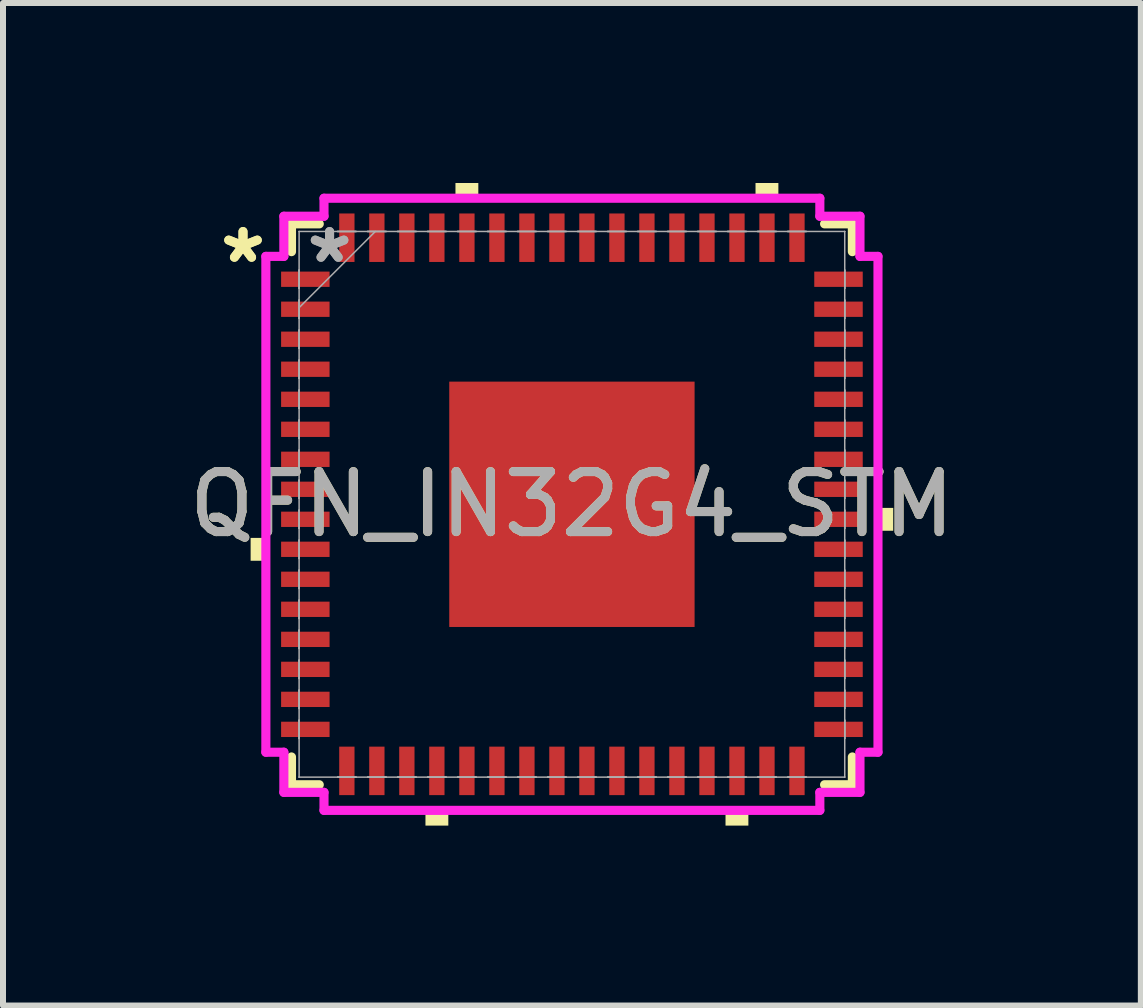
<source format=kicad_pcb>
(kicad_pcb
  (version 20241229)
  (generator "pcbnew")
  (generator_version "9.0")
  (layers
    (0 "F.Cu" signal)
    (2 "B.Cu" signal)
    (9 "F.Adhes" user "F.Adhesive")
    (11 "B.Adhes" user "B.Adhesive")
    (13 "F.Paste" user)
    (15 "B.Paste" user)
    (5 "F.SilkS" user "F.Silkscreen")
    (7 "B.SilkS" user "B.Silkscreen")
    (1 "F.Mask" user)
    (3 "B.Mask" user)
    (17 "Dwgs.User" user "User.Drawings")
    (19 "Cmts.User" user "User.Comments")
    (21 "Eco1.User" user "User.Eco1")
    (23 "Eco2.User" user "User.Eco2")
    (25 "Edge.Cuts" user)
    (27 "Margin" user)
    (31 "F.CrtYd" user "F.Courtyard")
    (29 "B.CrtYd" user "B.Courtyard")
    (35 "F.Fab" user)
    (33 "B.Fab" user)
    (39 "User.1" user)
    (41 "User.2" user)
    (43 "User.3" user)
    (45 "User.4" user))
  (footprint "QFN_IN32G4_STM"
    (layer "F.Cu")
    (at 6.482 5.355)
    (property "Reference" "QFN_IN32G4_STM" (at 0 0 0) (unlocked yes) (layer "F.SilkS") (effects (font (size 1 1) (thickness 0.15))))
    (attr smd)
    (fp_line (start -4.674 -4.674) (end -4.674 -4.211) (stroke (width 0.152) (type solid)) (layer "F.SilkS"))
    (fp_line (start -4.674 4.211) (end -4.674 4.674) (stroke (width 0.152) (type solid)) (layer "F.SilkS"))
    (fp_line (start -4.674 4.674) (end -4.211 4.674) (stroke (width 0.152) (type solid)) (layer "F.SilkS"))
    (fp_line (start -4.211 -4.674) (end -4.674 -4.674) (stroke (width 0.152) (type solid)) (layer "F.SilkS"))
    (fp_line (start 4.211 4.674) (end 4.674 4.674) (stroke (width 0.152) (type solid)) (layer "F.SilkS"))
    (fp_line (start 4.674 -4.674) (end 4.211 -4.674) (stroke (width 0.152) (type solid)) (layer "F.SilkS"))
    (fp_line (start 4.674 -4.211) (end 4.674 -4.674) (stroke (width 0.152) (type solid)) (layer "F.SilkS"))
    (fp_line (start 4.674 4.674) (end 4.674 4.211) (stroke (width 0.152) (type solid)) (layer "F.SilkS"))
    (fp_poly (pts (xy -5.355 0.56) (xy -5.355 0.941) (xy -5.101 0.941) (xy -5.101 0.56)) (stroke (width 0) (type solid)) (fill yes) (layer "F.SilkS"))
    (fp_poly (pts (xy -2.441 5.101) (xy -2.441 5.355) (xy -2.06 5.355) (xy -2.06 5.101)) (stroke (width 0) (type solid)) (fill yes) (layer "F.SilkS"))
    (fp_poly (pts (xy -1.941 -5.101) (xy -1.941 -5.355) (xy -1.56 -5.355) (xy -1.56 -5.101)) (stroke (width 0) (type solid)) (fill yes) (layer "F.SilkS"))
    (fp_poly (pts (xy 2.56 5.101) (xy 2.56 5.355) (xy 2.941 5.355) (xy 2.941 5.101)) (stroke (width 0) (type solid)) (fill yes) (layer "F.SilkS"))
    (fp_poly (pts (xy 3.06 -5.101) (xy 3.06 -5.355) (xy 3.441 -5.355) (xy 3.441 -5.101)) (stroke (width 0) (type solid)) (fill yes) (layer "F.SilkS"))
    (fp_poly (pts (xy 5.355 0.06) (xy 5.355 0.441) (xy 5.101 0.441) (xy 5.101 0.06)) (stroke (width 0) (type solid)) (fill yes) (layer "F.SilkS"))
    (fp_poly (pts (xy -1.945 -1.945) (xy -1.945 -0.782) (xy -0.782 -0.782) (xy -0.782 -1.945)) (stroke (width 0) (type solid)) (fill yes) (layer "F.Paste"))
    (fp_poly (pts (xy -1.945 -0.582) (xy -1.945 0.582) (xy -0.782 0.582) (xy -0.782 -0.582)) (stroke (width 0) (type solid)) (fill yes) (layer "F.Paste"))
    (fp_poly (pts (xy -1.945 0.782) (xy -1.945 1.945) (xy -0.782 1.945) (xy -0.782 0.782)) (stroke (width 0) (type solid)) (fill yes) (layer "F.Paste"))
    (fp_poly (pts (xy -0.582 -1.945) (xy -0.582 -0.782) (xy 0.582 -0.782) (xy 0.582 -1.945)) (stroke (width 0) (type solid)) (fill yes) (layer "F.Paste"))
    (fp_poly (pts (xy -0.582 -0.582) (xy -0.582 0.582) (xy 0.582 0.582) (xy 0.582 -0.582)) (stroke (width 0) (type solid)) (fill yes) (layer "F.Paste"))
    (fp_poly (pts (xy -0.582 0.782) (xy -0.582 1.945) (xy 0.582 1.945) (xy 0.582 0.782)) (stroke (width 0) (type solid)) (fill yes) (layer "F.Paste"))
    (fp_poly (pts (xy 0.782 -1.945) (xy 0.782 -0.782) (xy 1.945 -0.782) (xy 1.945 -1.945)) (stroke (width 0) (type solid)) (fill yes) (layer "F.Paste"))
    (fp_poly (pts (xy 0.782 -0.582) (xy 0.782 0.582) (xy 1.945 0.582) (xy 1.945 -0.582)) (stroke (width 0) (type solid)) (fill yes) (layer "F.Paste"))
    (fp_poly (pts (xy 0.782 0.782) (xy 0.782 1.945) (xy 1.945 1.945) (xy 1.945 0.782)) (stroke (width 0) (type solid)) (fill yes) (layer "F.Paste"))
    (fp_line (start -5.101 -4.132) (end -4.801 -4.132) (stroke (width 0.152) (type solid)) (layer "F.CrtYd"))
    (fp_line (start -5.101 4.132) (end -5.101 -4.132) (stroke (width 0.152) (type solid)) (layer "F.CrtYd"))
    (fp_line (start -4.801 -4.801) (end -4.132 -4.801) (stroke (width 0.152) (type solid)) (layer "F.CrtYd"))
    (fp_line (start -4.801 -4.132) (end -4.801 -4.801) (stroke (width 0.152) (type solid)) (layer "F.CrtYd"))
    (fp_line (start -4.801 4.132) (end -5.101 4.132) (stroke (width 0.152) (type solid)) (layer "F.CrtYd"))
    (fp_line (start -4.801 4.801) (end -4.801 4.132) (stroke (width 0.152) (type solid)) (layer "F.CrtYd"))
    (fp_line (start -4.132 -5.101) (end 4.132 -5.101) (stroke (width 0.152) (type solid)) (layer "F.CrtYd"))
    (fp_line (start -4.132 -4.801) (end -4.132 -5.101) (stroke (width 0.152) (type solid)) (layer "F.CrtYd"))
    (fp_line (start -4.132 4.801) (end -4.801 4.801) (stroke (width 0.152) (type solid)) (layer "F.CrtYd"))
    (fp_line (start -4.132 5.101) (end -4.132 4.801) (stroke (width 0.152) (type solid)) (layer "F.CrtYd"))
    (fp_line (start 4.132 -5.101) (end 4.132 -4.801) (stroke (width 0.152) (type solid)) (layer "F.CrtYd"))
    (fp_line (start 4.132 -4.801) (end 4.801 -4.801) (stroke (width 0.152) (type solid)) (layer "F.CrtYd"))
    (fp_line (start 4.132 4.801) (end 4.132 5.101) (stroke (width 0.152) (type solid)) (layer "F.CrtYd"))
    (fp_line (start 4.132 5.101) (end -4.132 5.101) (stroke (width 0.152) (type solid)) (layer "F.CrtYd"))
    (fp_line (start 4.801 -4.801) (end 4.801 -4.132) (stroke (width 0.152) (type solid)) (layer "F.CrtYd"))
    (fp_line (start 4.801 -4.132) (end 5.101 -4.132) (stroke (width 0.152) (type solid)) (layer "F.CrtYd"))
    (fp_line (start 4.801 4.132) (end 4.801 4.801) (stroke (width 0.152) (type solid)) (layer "F.CrtYd"))
    (fp_line (start 4.801 4.801) (end 4.132 4.801) (stroke (width 0.152) (type solid)) (layer "F.CrtYd"))
    (fp_line (start 5.101 -4.132) (end 5.101 4.132) (stroke (width 0.152) (type solid)) (layer "F.CrtYd"))
    (fp_line (start 5.101 4.132) (end 4.801 4.132) (stroke (width 0.152) (type solid)) (layer "F.CrtYd"))
    (fp_line (start -4.547 -4.547) (end -4.547 -4.547) (stroke (width 0.025) (type solid)) (layer "F.Fab"))
    (fp_line (start -4.547 -4.547) (end -4.547 4.547) (stroke (width 0.025) (type solid)) (layer "F.Fab"))
    (fp_line (start -4.547 -3.903) (end -4.547 -3.903) (stroke (width 0.025) (type solid)) (layer "F.Fab"))
    (fp_line (start -4.547 -3.903) (end -4.547 -3.599) (stroke (width 0.025) (type solid)) (layer "F.Fab"))
    (fp_line (start -4.547 -3.599) (end -4.547 -3.903) (stroke (width 0.025) (type solid)) (layer "F.Fab"))
    (fp_line (start -4.547 -3.599) (end -4.547 -3.599) (stroke (width 0.025) (type solid)) (layer "F.Fab"))
    (fp_line (start -4.547 -3.403) (end -4.547 -3.403) (stroke (width 0.025) (type solid)) (layer "F.Fab"))
    (fp_line (start -4.547 -3.403) (end -4.547 -3.098) (stroke (width 0.025) (type solid)) (layer "F.Fab"))
    (fp_line (start -4.547 -3.277) (end -3.277 -4.547) (stroke (width 0.025) (type solid)) (layer "F.Fab"))
    (fp_line (start -4.547 -3.098) (end -4.547 -3.403) (stroke (width 0.025) (type solid)) (layer "F.Fab"))
    (fp_line (start -4.547 -3.098) (end -4.547 -3.098) (stroke (width 0.025) (type solid)) (layer "F.Fab"))
    (fp_line (start -4.547 -2.903) (end -4.547 -2.903) (stroke (width 0.025) (type solid)) (layer "F.Fab"))
    (fp_line (start -4.547 -2.903) (end -4.547 -2.598) (stroke (width 0.025) (type solid)) (layer "F.Fab"))
    (fp_line (start -4.547 -2.598) (end -4.547 -2.903) (stroke (width 0.025) (type solid)) (layer "F.Fab"))
    (fp_line (start -4.547 -2.598) (end -4.547 -2.598) (stroke (width 0.025) (type solid)) (layer "F.Fab"))
    (fp_line (start -4.547 -2.403) (end -4.547 -2.403) (stroke (width 0.025) (type solid)) (layer "F.Fab"))
    (fp_line (start -4.547 -2.403) (end -4.547 -2.098) (stroke (width 0.025) (type solid)) (layer "F.Fab"))
    (fp_line (start -4.547 -2.098) (end -4.547 -2.403) (stroke (width 0.025) (type solid)) (layer "F.Fab"))
    (fp_line (start -4.547 -2.098) (end -4.547 -2.098) (stroke (width 0.025) (type solid)) (layer "F.Fab"))
    (fp_line (start -4.547 -1.903) (end -4.547 -1.903) (stroke (width 0.025) (type solid)) (layer "F.Fab"))
    (fp_line (start -4.547 -1.903) (end -4.547 -1.598) (stroke (width 0.025) (type solid)) (layer "F.Fab"))
    (fp_line (start -4.547 -1.598) (end -4.547 -1.903) (stroke (width 0.025) (type solid)) (layer "F.Fab"))
    (fp_line (start -4.547 -1.598) (end -4.547 -1.598) (stroke (width 0.025) (type solid)) (layer "F.Fab"))
    (fp_line (start -4.547 -1.403) (end -4.547 -1.403) (stroke (width 0.025) (type solid)) (layer "F.Fab"))
    (fp_line (start -4.547 -1.403) (end -4.547 -1.098) (stroke (width 0.025) (type solid)) (layer "F.Fab"))
    (fp_line (start -4.547 -1.098) (end -4.547 -1.403) (stroke (width 0.025) (type solid)) (layer "F.Fab"))
    (fp_line (start -4.547 -1.098) (end -4.547 -1.098) (stroke (width 0.025) (type solid)) (layer "F.Fab"))
    (fp_line (start -4.547 -0.903) (end -4.547 -0.903) (stroke (width 0.025) (type solid)) (layer "F.Fab"))
    (fp_line (start -4.547 -0.903) (end -4.547 -0.598) (stroke (width 0.025) (type solid)) (layer "F.Fab"))
    (fp_line (start -4.547 -0.598) (end -4.547 -0.903) (stroke (width 0.025) (type solid)) (layer "F.Fab"))
    (fp_line (start -4.547 -0.598) (end -4.547 -0.598) (stroke (width 0.025) (type solid)) (layer "F.Fab"))
    (fp_line (start -4.547 -0.402) (end -4.547 -0.402) (stroke (width 0.025) (type solid)) (layer "F.Fab"))
    (fp_line (start -4.547 -0.402) (end -4.547 -0.098) (stroke (width 0.025) (type solid)) (layer "F.Fab"))
    (fp_line (start -4.547 -0.098) (end -4.547 -0.402) (stroke (width 0.025) (type solid)) (layer "F.Fab"))
    (fp_line (start -4.547 -0.098) (end -4.547 -0.098) (stroke (width 0.025) (type solid)) (layer "F.Fab"))
    (fp_line (start -4.547 0.098) (end -4.547 0.098) (stroke (width 0.025) (type solid)) (layer "F.Fab"))
    (fp_line (start -4.547 0.098) (end -4.547 0.402) (stroke (width 0.025) (type solid)) (layer "F.Fab"))
    (fp_line (start -4.547 0.402) (end -4.547 0.098) (stroke (width 0.025) (type solid)) (layer "F.Fab"))
    (fp_line (start -4.547 0.402) (end -4.547 0.402) (stroke (width 0.025) (type solid)) (layer "F.Fab"))
    (fp_line (start -4.547 0.598) (end -4.547 0.598) (stroke (width 0.025) (type solid)) (layer "F.Fab"))
    (fp_line (start -4.547 0.598) (end -4.547 0.903) (stroke (width 0.025) (type solid)) (layer "F.Fab"))
    (fp_line (start -4.547 0.903) (end -4.547 0.598) (stroke (width 0.025) (type solid)) (layer "F.Fab"))
    (fp_line (start -4.547 0.903) (end -4.547 0.903) (stroke (width 0.025) (type solid)) (layer "F.Fab"))
    (fp_line (start -4.547 1.098) (end -4.547 1.098) (stroke (width 0.025) (type solid)) (layer "F.Fab"))
    (fp_line (start -4.547 1.098) (end -4.547 1.403) (stroke (width 0.025) (type solid)) (layer "F.Fab"))
    (fp_line (start -4.547 1.403) (end -4.547 1.098) (stroke (width 0.025) (type solid)) (layer "F.Fab"))
    (fp_line (start -4.547 1.403) (end -4.547 1.403) (stroke (width 0.025) (type solid)) (layer "F.Fab"))
    (fp_line (start -4.547 1.598) (end -4.547 1.598) (stroke (width 0.025) (type solid)) (layer "F.Fab"))
    (fp_line (start -4.547 1.598) (end -4.547 1.903) (stroke (width 0.025) (type solid)) (layer "F.Fab"))
    (fp_line (start -4.547 1.903) (end -4.547 1.598) (stroke (width 0.025) (type solid)) (layer "F.Fab"))
    (fp_line (start -4.547 1.903) (end -4.547 1.903) (stroke (width 0.025) (type solid)) (layer "F.Fab"))
    (fp_line (start -4.547 2.098) (end -4.547 2.098) (stroke (width 0.025) (type solid)) (layer "F.Fab"))
    (fp_line (start -4.547 2.098) (end -4.547 2.403) (stroke (width 0.025) (type solid)) (layer "F.Fab"))
    (fp_line (start -4.547 2.403) (end -4.547 2.098) (stroke (width 0.025) (type solid)) (layer "F.Fab"))
    (fp_line (start -4.547 2.403) (end -4.547 2.403) (stroke (width 0.025) (type solid)) (layer "F.Fab"))
    (fp_line (start -4.547 2.598) (end -4.547 2.598) (stroke (width 0.025) (type solid)) (layer "F.Fab"))
    (fp_line (start -4.547 2.598) (end -4.547 2.903) (stroke (width 0.025) (type solid)) (layer "F.Fab"))
    (fp_line (start -4.547 2.903) (end -4.547 2.598) (stroke (width 0.025) (type solid)) (layer "F.Fab"))
    (fp_line (start -4.547 2.903) (end -4.547 2.903) (stroke (width 0.025) (type solid)) (layer "F.Fab"))
    (fp_line (start -4.547 3.098) (end -4.547 3.098) (stroke (width 0.025) (type solid)) (layer "F.Fab"))
    (fp_line (start -4.547 3.098) (end -4.547 3.403) (stroke (width 0.025) (type solid)) (layer "F.Fab"))
    (fp_line (start -4.547 3.403) (end -4.547 3.098) (stroke (width 0.025) (type solid)) (layer "F.Fab"))
    (fp_line (start -4.547 3.403) (end -4.547 3.403) (stroke (width 0.025) (type solid)) (layer "F.Fab"))
    (fp_line (start -4.547 3.599) (end -4.547 3.599) (stroke (width 0.025) (type solid)) (layer "F.Fab"))
    (fp_line (start -4.547 3.599) (end -4.547 3.903) (stroke (width 0.025) (type solid)) (layer "F.Fab"))
    (fp_line (start -4.547 3.903) (end -4.547 3.599) (stroke (width 0.025) (type solid)) (layer "F.Fab"))
    (fp_line (start -4.547 3.903) (end -4.547 3.903) (stroke (width 0.025) (type solid)) (layer "F.Fab"))
    (fp_line (start -4.547 4.547) (end -4.547 4.547) (stroke (width 0.025) (type solid)) (layer "F.Fab"))
    (fp_line (start -4.547 4.547) (end 4.547 4.547) (stroke (width 0.025) (type solid)) (layer "F.Fab"))
    (fp_line (start -3.903 -4.547) (end -3.903 -4.547) (stroke (width 0.025) (type solid)) (layer "F.Fab"))
    (fp_line (start -3.903 -4.547) (end -3.599 -4.547) (stroke (width 0.025) (type solid)) (layer "F.Fab"))
    (fp_line (start -3.903 4.547) (end -3.903 4.547) (stroke (width 0.025) (type solid)) (layer "F.Fab"))
    (fp_line (start -3.903 4.547) (end -3.599 4.547) (stroke (width 0.025) (type solid)) (layer "F.Fab"))
    (fp_line (start -3.599 -4.547) (end -3.903 -4.547) (stroke (width 0.025) (type solid)) (layer "F.Fab"))
    (fp_line (start -3.599 -4.547) (end -3.599 -4.547) (stroke (width 0.025) (type solid)) (layer "F.Fab"))
    (fp_line (start -3.599 4.547) (end -3.903 4.547) (stroke (width 0.025) (type solid)) (layer "F.Fab"))
    (fp_line (start -3.599 4.547) (end -3.599 4.547) (stroke (width 0.025) (type solid)) (layer "F.Fab"))
    (fp_line (start -3.403 -4.547) (end -3.403 -4.547) (stroke (width 0.025) (type solid)) (layer "F.Fab"))
    (fp_line (start -3.403 -4.547) (end -3.098 -4.547) (stroke (width 0.025) (type solid)) (layer "F.Fab"))
    (fp_line (start -3.403 4.547) (end -3.403 4.547) (stroke (width 0.025) (type solid)) (layer "F.Fab"))
    (fp_line (start -3.403 4.547) (end -3.098 4.547) (stroke (width 0.025) (type solid)) (layer "F.Fab"))
    (fp_line (start -3.098 -4.547) (end -3.403 -4.547) (stroke (width 0.025) (type solid)) (layer "F.Fab"))
    (fp_line (start -3.098 -4.547) (end -3.098 -4.547) (stroke (width 0.025) (type solid)) (layer "F.Fab"))
    (fp_line (start -3.098 4.547) (end -3.403 4.547) (stroke (width 0.025) (type solid)) (layer "F.Fab"))
    (fp_line (start -3.098 4.547) (end -3.098 4.547) (stroke (width 0.025) (type solid)) (layer "F.Fab"))
    (fp_line (start -2.903 -4.547) (end -2.903 -4.547) (stroke (width 0.025) (type solid)) (layer "F.Fab"))
    (fp_line (start -2.903 -4.547) (end -2.598 -4.547) (stroke (width 0.025) (type solid)) (layer "F.Fab"))
    (fp_line (start -2.903 4.547) (end -2.903 4.547) (stroke (width 0.025) (type solid)) (layer "F.Fab"))
    (fp_line (start -2.903 4.547) (end -2.598 4.547) (stroke (width 0.025) (type solid)) (layer "F.Fab"))
    (fp_line (start -2.598 -4.547) (end -2.903 -4.547) (stroke (width 0.025) (type solid)) (layer "F.Fab"))
    (fp_line (start -2.598 -4.547) (end -2.598 -4.547) (stroke (width 0.025) (type solid)) (layer "F.Fab"))
    (fp_line (start -2.598 4.547) (end -2.903 4.547) (stroke (width 0.025) (type solid)) (layer "F.Fab"))
    (fp_line (start -2.598 4.547) (end -2.598 4.547) (stroke (width 0.025) (type solid)) (layer "F.Fab"))
    (fp_line (start -2.403 -4.547) (end -2.403 -4.547) (stroke (width 0.025) (type solid)) (layer "F.Fab"))
    (fp_line (start -2.403 -4.547) (end -2.098 -4.547) (stroke (width 0.025) (type solid)) (layer "F.Fab"))
    (fp_line (start -2.403 4.547) (end -2.403 4.547) (stroke (width 0.025) (type solid)) (layer "F.Fab"))
    (fp_line (start -2.403 4.547) (end -2.098 4.547) (stroke (width 0.025) (type solid)) (layer "F.Fab"))
    (fp_line (start -2.098 -4.547) (end -2.403 -4.547) (stroke (width 0.025) (type solid)) (layer "F.Fab"))
    (fp_line (start -2.098 -4.547) (end -2.098 -4.547) (stroke (width 0.025) (type solid)) (layer "F.Fab"))
    (fp_line (start -2.098 4.547) (end -2.403 4.547) (stroke (width 0.025) (type solid)) (layer "F.Fab"))
    (fp_line (start -2.098 4.547) (end -2.098 4.547) (stroke (width 0.025) (type solid)) (layer "F.Fab"))
    (fp_line (start -1.903 -4.547) (end -1.903 -4.547) (stroke (width 0.025) (type solid)) (layer "F.Fab"))
    (fp_line (start -1.903 -4.547) (end -1.598 -4.547) (stroke (width 0.025) (type solid)) (layer "F.Fab"))
    (fp_line (start -1.903 4.547) (end -1.903 4.547) (stroke (width 0.025) (type solid)) (layer "F.Fab"))
    (fp_line (start -1.903 4.547) (end -1.598 4.547) (stroke (width 0.025) (type solid)) (layer "F.Fab"))
    (fp_line (start -1.598 -4.547) (end -1.903 -4.547) (stroke (width 0.025) (type solid)) (layer "F.Fab"))
    (fp_line (start -1.598 -4.547) (end -1.598 -4.547) (stroke (width 0.025) (type solid)) (layer "F.Fab"))
    (fp_line (start -1.598 4.547) (end -1.903 4.547) (stroke (width 0.025) (type solid)) (layer "F.Fab"))
    (fp_line (start -1.598 4.547) (end -1.598 4.547) (stroke (width 0.025) (type solid)) (layer "F.Fab"))
    (fp_line (start -1.403 -4.547) (end -1.403 -4.547) (stroke (width 0.025) (type solid)) (layer "F.Fab"))
    (fp_line (start -1.403 -4.547) (end -1.098 -4.547) (stroke (width 0.025) (type solid)) (layer "F.Fab"))
    (fp_line (start -1.403 4.547) (end -1.403 4.547) (stroke (width 0.025) (type solid)) (layer "F.Fab"))
    (fp_line (start -1.403 4.547) (end -1.098 4.547) (stroke (width 0.025) (type solid)) (layer "F.Fab"))
    (fp_line (start -1.098 -4.547) (end -1.403 -4.547) (stroke (width 0.025) (type solid)) (layer "F.Fab"))
    (fp_line (start -1.098 -4.547) (end -1.098 -4.547) (stroke (width 0.025) (type solid)) (layer "F.Fab"))
    (fp_line (start -1.098 4.547) (end -1.403 4.547) (stroke (width 0.025) (type solid)) (layer "F.Fab"))
    (fp_line (start -1.098 4.547) (end -1.098 4.547) (stroke (width 0.025) (type solid)) (layer "F.Fab"))
    (fp_line (start -0.903 -4.547) (end -0.903 -4.547) (stroke (width 0.025) (type solid)) (layer "F.Fab"))
    (fp_line (start -0.903 -4.547) (end -0.598 -4.547) (stroke (width 0.025) (type solid)) (layer "F.Fab"))
    (fp_line (start -0.903 4.547) (end -0.903 4.547) (stroke (width 0.025) (type solid)) (layer "F.Fab"))
    (fp_line (start -0.903 4.547) (end -0.598 4.547) (stroke (width 0.025) (type solid)) (layer "F.Fab"))
    (fp_line (start -0.598 -4.547) (end -0.903 -4.547) (stroke (width 0.025) (type solid)) (layer "F.Fab"))
    (fp_line (start -0.598 -4.547) (end -0.598 -4.547) (stroke (width 0.025) (type solid)) (layer "F.Fab"))
    (fp_line (start -0.598 4.547) (end -0.903 4.547) (stroke (width 0.025) (type solid)) (layer "F.Fab"))
    (fp_line (start -0.598 4.547) (end -0.598 4.547) (stroke (width 0.025) (type solid)) (layer "F.Fab"))
    (fp_line (start -0.402 -4.547) (end -0.402 -4.547) (stroke (width 0.025) (type solid)) (layer "F.Fab"))
    (fp_line (start -0.402 -4.547) (end -0.098 -4.547) (stroke (width 0.025) (type solid)) (layer "F.Fab"))
    (fp_line (start -0.402 4.547) (end -0.402 4.547) (stroke (width 0.025) (type solid)) (layer "F.Fab"))
    (fp_line (start -0.402 4.547) (end -0.098 4.547) (stroke (width 0.025) (type solid)) (layer "F.Fab"))
    (fp_line (start -0.098 -4.547) (end -0.402 -4.547) (stroke (width 0.025) (type solid)) (layer "F.Fab"))
    (fp_line (start -0.098 -4.547) (end -0.098 -4.547) (stroke (width 0.025) (type solid)) (layer "F.Fab"))
    (fp_line (start -0.098 4.547) (end -0.402 4.547) (stroke (width 0.025) (type solid)) (layer "F.Fab"))
    (fp_line (start -0.098 4.547) (end -0.098 4.547) (stroke (width 0.025) (type solid)) (layer "F.Fab"))
    (fp_line (start 0.098 -4.547) (end 0.098 -4.547) (stroke (width 0.025) (type solid)) (layer "F.Fab"))
    (fp_line (start 0.098 -4.547) (end 0.402 -4.547) (stroke (width 0.025) (type solid)) (layer "F.Fab"))
    (fp_line (start 0.098 4.547) (end 0.098 4.547) (stroke (width 0.025) (type solid)) (layer "F.Fab"))
    (fp_line (start 0.098 4.547) (end 0.402 4.547) (stroke (width 0.025) (type solid)) (layer "F.Fab"))
    (fp_line (start 0.402 -4.547) (end 0.098 -4.547) (stroke (width 0.025) (type solid)) (layer "F.Fab"))
    (fp_line (start 0.402 -4.547) (end 0.402 -4.547) (stroke (width 0.025) (type solid)) (layer "F.Fab"))
    (fp_line (start 0.402 4.547) (end 0.098 4.547) (stroke (width 0.025) (type solid)) (layer "F.Fab"))
    (fp_line (start 0.402 4.547) (end 0.402 4.547) (stroke (width 0.025) (type solid)) (layer "F.Fab"))
    (fp_line (start 0.598 -4.547) (end 0.598 -4.547) (stroke (width 0.025) (type solid)) (layer "F.Fab"))
    (fp_line (start 0.598 -4.547) (end 0.903 -4.547) (stroke (width 0.025) (type solid)) (layer "F.Fab"))
    (fp_line (start 0.598 4.547) (end 0.598 4.547) (stroke (width 0.025) (type solid)) (layer "F.Fab"))
    (fp_line (start 0.598 4.547) (end 0.903 4.547) (stroke (width 0.025) (type solid)) (layer "F.Fab"))
    (fp_line (start 0.903 -4.547) (end 0.598 -4.547) (stroke (width 0.025) (type solid)) (layer "F.Fab"))
    (fp_line (start 0.903 -4.547) (end 0.903 -4.547) (stroke (width 0.025) (type solid)) (layer "F.Fab"))
    (fp_line (start 0.903 4.547) (end 0.598 4.547) (stroke (width 0.025) (type solid)) (layer "F.Fab"))
    (fp_line (start 0.903 4.547) (end 0.903 4.547) (stroke (width 0.025) (type solid)) (layer "F.Fab"))
    (fp_line (start 1.098 -4.547) (end 1.098 -4.547) (stroke (width 0.025) (type solid)) (layer "F.Fab"))
    (fp_line (start 1.098 -4.547) (end 1.403 -4.547) (stroke (width 0.025) (type solid)) (layer "F.Fab"))
    (fp_line (start 1.098 4.547) (end 1.098 4.547) (stroke (width 0.025) (type solid)) (layer "F.Fab"))
    (fp_line (start 1.098 4.547) (end 1.403 4.547) (stroke (width 0.025) (type solid)) (layer "F.Fab"))
    (fp_line (start 1.403 -4.547) (end 1.098 -4.547) (stroke (width 0.025) (type solid)) (layer "F.Fab"))
    (fp_line (start 1.403 -4.547) (end 1.403 -4.547) (stroke (width 0.025) (type solid)) (layer "F.Fab"))
    (fp_line (start 1.403 4.547) (end 1.098 4.547) (stroke (width 0.025) (type solid)) (layer "F.Fab"))
    (fp_line (start 1.403 4.547) (end 1.403 4.547) (stroke (width 0.025) (type solid)) (layer "F.Fab"))
    (fp_line (start 1.598 -4.547) (end 1.598 -4.547) (stroke (width 0.025) (type solid)) (layer "F.Fab"))
    (fp_line (start 1.598 -4.547) (end 1.903 -4.547) (stroke (width 0.025) (type solid)) (layer "F.Fab"))
    (fp_line (start 1.598 4.547) (end 1.598 4.547) (stroke (width 0.025) (type solid)) (layer "F.Fab"))
    (fp_line (start 1.598 4.547) (end 1.903 4.547) (stroke (width 0.025) (type solid)) (layer "F.Fab"))
    (fp_line (start 1.903 -4.547) (end 1.598 -4.547) (stroke (width 0.025) (type solid)) (layer "F.Fab"))
    (fp_line (start 1.903 -4.547) (end 1.903 -4.547) (stroke (width 0.025) (type solid)) (layer "F.Fab"))
    (fp_line (start 1.903 4.547) (end 1.598 4.547) (stroke (width 0.025) (type solid)) (layer "F.Fab"))
    (fp_line (start 1.903 4.547) (end 1.903 4.547) (stroke (width 0.025) (type solid)) (layer "F.Fab"))
    (fp_line (start 2.098 -4.547) (end 2.098 -4.547) (stroke (width 0.025) (type solid)) (layer "F.Fab"))
    (fp_line (start 2.098 -4.547) (end 2.403 -4.547) (stroke (width 0.025) (type solid)) (layer "F.Fab"))
    (fp_line (start 2.098 4.547) (end 2.098 4.547) (stroke (width 0.025) (type solid)) (layer "F.Fab"))
    (fp_line (start 2.098 4.547) (end 2.403 4.547) (stroke (width 0.025) (type solid)) (layer "F.Fab"))
    (fp_line (start 2.403 -4.547) (end 2.098 -4.547) (stroke (width 0.025) (type solid)) (layer "F.Fab"))
    (fp_line (start 2.403 -4.547) (end 2.403 -4.547) (stroke (width 0.025) (type solid)) (layer "F.Fab"))
    (fp_line (start 2.403 4.547) (end 2.098 4.547) (stroke (width 0.025) (type solid)) (layer "F.Fab"))
    (fp_line (start 2.403 4.547) (end 2.403 4.547) (stroke (width 0.025) (type solid)) (layer "F.Fab"))
    (fp_line (start 2.598 -4.547) (end 2.598 -4.547) (stroke (width 0.025) (type solid)) (layer "F.Fab"))
    (fp_line (start 2.598 -4.547) (end 2.903 -4.547) (stroke (width 0.025) (type solid)) (layer "F.Fab"))
    (fp_line (start 2.598 4.547) (end 2.598 4.547) (stroke (width 0.025) (type solid)) (layer "F.Fab"))
    (fp_line (start 2.598 4.547) (end 2.903 4.547) (stroke (width 0.025) (type solid)) (layer "F.Fab"))
    (fp_line (start 2.903 -4.547) (end 2.598 -4.547) (stroke (width 0.025) (type solid)) (layer "F.Fab"))
    (fp_line (start 2.903 -4.547) (end 2.903 -4.547) (stroke (width 0.025) (type solid)) (layer "F.Fab"))
    (fp_line (start 2.903 4.547) (end 2.598 4.547) (stroke (width 0.025) (type solid)) (layer "F.Fab"))
    (fp_line (start 2.903 4.547) (end 2.903 4.547) (stroke (width 0.025) (type solid)) (layer "F.Fab"))
    (fp_line (start 3.098 -4.547) (end 3.098 -4.547) (stroke (width 0.025) (type solid)) (layer "F.Fab"))
    (fp_line (start 3.098 -4.547) (end 3.403 -4.547) (stroke (width 0.025) (type solid)) (layer "F.Fab"))
    (fp_line (start 3.098 4.547) (end 3.098 4.547) (stroke (width 0.025) (type solid)) (layer "F.Fab"))
    (fp_line (start 3.098 4.547) (end 3.403 4.547) (stroke (width 0.025) (type solid)) (layer "F.Fab"))
    (fp_line (start 3.403 -4.547) (end 3.098 -4.547) (stroke (width 0.025) (type solid)) (layer "F.Fab"))
    (fp_line (start 3.403 -4.547) (end 3.403 -4.547) (stroke (width 0.025) (type solid)) (layer "F.Fab"))
    (fp_line (start 3.403 4.547) (end 3.098 4.547) (stroke (width 0.025) (type solid)) (layer "F.Fab"))
    (fp_line (start 3.403 4.547) (end 3.403 4.547) (stroke (width 0.025) (type solid)) (layer "F.Fab"))
    (fp_line (start 3.599 -4.547) (end 3.599 -4.547) (stroke (width 0.025) (type solid)) (layer "F.Fab"))
    (fp_line (start 3.599 -4.547) (end 3.903 -4.547) (stroke (width 0.025) (type solid)) (layer "F.Fab"))
    (fp_line (start 3.599 4.547) (end 3.599 4.547) (stroke (width 0.025) (type solid)) (layer "F.Fab"))
    (fp_line (start 3.599 4.547) (end 3.903 4.547) (stroke (width 0.025) (type solid)) (layer "F.Fab"))
    (fp_line (start 3.903 -4.547) (end 3.599 -4.547) (stroke (width 0.025) (type solid)) (layer "F.Fab"))
    (fp_line (start 3.903 -4.547) (end 3.903 -4.547) (stroke (width 0.025) (type solid)) (layer "F.Fab"))
    (fp_line (start 3.903 4.547) (end 3.599 4.547) (stroke (width 0.025) (type solid)) (layer "F.Fab"))
    (fp_line (start 3.903 4.547) (end 3.903 4.547) (stroke (width 0.025) (type solid)) (layer "F.Fab"))
    (fp_line (start 4.547 -4.547) (end -4.547 -4.547) (stroke (width 0.025) (type solid)) (layer "F.Fab"))
    (fp_line (start 4.547 -4.547) (end 4.547 -4.547) (stroke (width 0.025) (type solid)) (layer "F.Fab"))
    (fp_line (start 4.547 -3.903) (end 4.547 -3.903) (stroke (width 0.025) (type solid)) (layer "F.Fab"))
    (fp_line (start 4.547 -3.903) (end 4.547 -3.599) (stroke (width 0.025) (type solid)) (layer "F.Fab"))
    (fp_line (start 4.547 -3.599) (end 4.547 -3.903) (stroke (width 0.025) (type solid)) (layer "F.Fab"))
    (fp_line (start 4.547 -3.599) (end 4.547 -3.599) (stroke (width 0.025) (type solid)) (layer "F.Fab"))
    (fp_line (start 4.547 -3.403) (end 4.547 -3.403) (stroke (width 0.025) (type solid)) (layer "F.Fab"))
    (fp_line (start 4.547 -3.403) (end 4.547 -3.098) (stroke (width 0.025) (type solid)) (layer "F.Fab"))
    (fp_line (start 4.547 -3.098) (end 4.547 -3.403) (stroke (width 0.025) (type solid)) (layer "F.Fab"))
    (fp_line (start 4.547 -3.098) (end 4.547 -3.098) (stroke (width 0.025) (type solid)) (layer "F.Fab"))
    (fp_line (start 4.547 -2.903) (end 4.547 -2.903) (stroke (width 0.025) (type solid)) (layer "F.Fab"))
    (fp_line (start 4.547 -2.903) (end 4.547 -2.598) (stroke (width 0.025) (type solid)) (layer "F.Fab"))
    (fp_line (start 4.547 -2.598) (end 4.547 -2.903) (stroke (width 0.025) (type solid)) (layer "F.Fab"))
    (fp_line (start 4.547 -2.598) (end 4.547 -2.598) (stroke (width 0.025) (type solid)) (layer "F.Fab"))
    (fp_line (start 4.547 -2.403) (end 4.547 -2.403) (stroke (width 0.025) (type solid)) (layer "F.Fab"))
    (fp_line (start 4.547 -2.403) (end 4.547 -2.098) (stroke (width 0.025) (type solid)) (layer "F.Fab"))
    (fp_line (start 4.547 -2.098) (end 4.547 -2.403) (stroke (width 0.025) (type solid)) (layer "F.Fab"))
    (fp_line (start 4.547 -2.098) (end 4.547 -2.098) (stroke (width 0.025) (type solid)) (layer "F.Fab"))
    (fp_line (start 4.547 -1.903) (end 4.547 -1.903) (stroke (width 0.025) (type solid)) (layer "F.Fab"))
    (fp_line (start 4.547 -1.903) (end 4.547 -1.598) (stroke (width 0.025) (type solid)) (layer "F.Fab"))
    (fp_line (start 4.547 -1.598) (end 4.547 -1.903) (stroke (width 0.025) (type solid)) (layer "F.Fab"))
    (fp_line (start 4.547 -1.598) (end 4.547 -1.598) (stroke (width 0.025) (type solid)) (layer "F.Fab"))
    (fp_line (start 4.547 -1.403) (end 4.547 -1.403) (stroke (width 0.025) (type solid)) (layer "F.Fab"))
    (fp_line (start 4.547 -1.403) (end 4.547 -1.098) (stroke (width 0.025) (type solid)) (layer "F.Fab"))
    (fp_line (start 4.547 -1.098) (end 4.547 -1.403) (stroke (width 0.025) (type solid)) (layer "F.Fab"))
    (fp_line (start 4.547 -1.098) (end 4.547 -1.098) (stroke (width 0.025) (type solid)) (layer "F.Fab"))
    (fp_line (start 4.547 -0.903) (end 4.547 -0.903) (stroke (width 0.025) (type solid)) (layer "F.Fab"))
    (fp_line (start 4.547 -0.903) (end 4.547 -0.598) (stroke (width 0.025) (type solid)) (layer "F.Fab"))
    (fp_line (start 4.547 -0.598) (end 4.547 -0.903) (stroke (width 0.025) (type solid)) (layer "F.Fab"))
    (fp_line (start 4.547 -0.598) (end 4.547 -0.598) (stroke (width 0.025) (type solid)) (layer "F.Fab"))
    (fp_line (start 4.547 -0.402) (end 4.547 -0.402) (stroke (width 0.025) (type solid)) (layer "F.Fab"))
    (fp_line (start 4.547 -0.402) (end 4.547 -0.098) (stroke (width 0.025) (type solid)) (layer "F.Fab"))
    (fp_line (start 4.547 -0.098) (end 4.547 -0.402) (stroke (width 0.025) (type solid)) (layer "F.Fab"))
    (fp_line (start 4.547 -0.098) (end 4.547 -0.098) (stroke (width 0.025) (type solid)) (layer "F.Fab"))
    (fp_line (start 4.547 0.098) (end 4.547 0.098) (stroke (width 0.025) (type solid)) (layer "F.Fab"))
    (fp_line (start 4.547 0.098) (end 4.547 0.402) (stroke (width 0.025) (type solid)) (layer "F.Fab"))
    (fp_line (start 4.547 0.402) (end 4.547 0.098) (stroke (width 0.025) (type solid)) (layer "F.Fab"))
    (fp_line (start 4.547 0.402) (end 4.547 0.402) (stroke (width 0.025) (type solid)) (layer "F.Fab"))
    (fp_line (start 4.547 0.598) (end 4.547 0.598) (stroke (width 0.025) (type solid)) (layer "F.Fab"))
    (fp_line (start 4.547 0.598) (end 4.547 0.903) (stroke (width 0.025) (type solid)) (layer "F.Fab"))
    (fp_line (start 4.547 0.903) (end 4.547 0.598) (stroke (width 0.025) (type solid)) (layer "F.Fab"))
    (fp_line (start 4.547 0.903) (end 4.547 0.903) (stroke (width 0.025) (type solid)) (layer "F.Fab"))
    (fp_line (start 4.547 1.098) (end 4.547 1.098) (stroke (width 0.025) (type solid)) (layer "F.Fab"))
    (fp_line (start 4.547 1.098) (end 4.547 1.403) (stroke (width 0.025) (type solid)) (layer "F.Fab"))
    (fp_line (start 4.547 1.403) (end 4.547 1.098) (stroke (width 0.025) (type solid)) (layer "F.Fab"))
    (fp_line (start 4.547 1.403) (end 4.547 1.403) (stroke (width 0.025) (type solid)) (layer "F.Fab"))
    (fp_line (start 4.547 1.598) (end 4.547 1.598) (stroke (width 0.025) (type solid)) (layer "F.Fab"))
    (fp_line (start 4.547 1.598) (end 4.547 1.903) (stroke (width 0.025) (type solid)) (layer "F.Fab"))
    (fp_line (start 4.547 1.903) (end 4.547 1.598) (stroke (width 0.025) (type solid)) (layer "F.Fab"))
    (fp_line (start 4.547 1.903) (end 4.547 1.903) (stroke (width 0.025) (type solid)) (layer "F.Fab"))
    (fp_line (start 4.547 2.098) (end 4.547 2.098) (stroke (width 0.025) (type solid)) (layer "F.Fab"))
    (fp_line (start 4.547 2.098) (end 4.547 2.403) (stroke (width 0.025) (type solid)) (layer "F.Fab"))
    (fp_line (start 4.547 2.403) (end 4.547 2.098) (stroke (width 0.025) (type solid)) (layer "F.Fab"))
    (fp_line (start 4.547 2.403) (end 4.547 2.403) (stroke (width 0.025) (type solid)) (layer "F.Fab"))
    (fp_line (start 4.547 2.598) (end 4.547 2.598) (stroke (width 0.025) (type solid)) (layer "F.Fab"))
    (fp_line (start 4.547 2.598) (end 4.547 2.903) (stroke (width 0.025) (type solid)) (layer "F.Fab"))
    (fp_line (start 4.547 2.903) (end 4.547 2.598) (stroke (width 0.025) (type solid)) (layer "F.Fab"))
    (fp_line (start 4.547 2.903) (end 4.547 2.903) (stroke (width 0.025) (type solid)) (layer "F.Fab"))
    (fp_line (start 4.547 3.098) (end 4.547 3.098) (stroke (width 0.025) (type solid)) (layer "F.Fab"))
    (fp_line (start 4.547 3.098) (end 4.547 3.403) (stroke (width 0.025) (type solid)) (layer "F.Fab"))
    (fp_line (start 4.547 3.403) (end 4.547 3.098) (stroke (width 0.025) (type solid)) (layer "F.Fab"))
    (fp_line (start 4.547 3.403) (end 4.547 3.403) (stroke (width 0.025) (type solid)) (layer "F.Fab"))
    (fp_line (start 4.547 3.599) (end 4.547 3.599) (stroke (width 0.025) (type solid)) (layer "F.Fab"))
    (fp_line (start 4.547 3.599) (end 4.547 3.903) (stroke (width 0.025) (type solid)) (layer "F.Fab"))
    (fp_line (start 4.547 3.903) (end 4.547 3.599) (stroke (width 0.025) (type solid)) (layer "F.Fab"))
    (fp_line (start 4.547 3.903) (end 4.547 3.903) (stroke (width 0.025) (type solid)) (layer "F.Fab"))
    (fp_line (start 4.547 4.547) (end 4.547 -4.547) (stroke (width 0.025) (type solid)) (layer "F.Fab"))
    (fp_line (start 4.547 4.547) (end 4.547 4.547) (stroke (width 0.025) (type solid)) (layer "F.Fab"))
    (fp_text user "*" (at -5.482 -4.001 0) (unlocked yes) (layer "F.SilkS") (effects (font (size 1 1) (thickness 0.15))))
    (fp_text user "*" (at -5.482 -4.001 0) (layer "F.SilkS") (effects (font (size 1 1) (thickness 0.15))))
    (fp_text user "${REFERENCE}" (at 0 0 0) (unlocked yes) (layer "F.Fab") (effects (font (size 1 1) (thickness 0.15))))
    (fp_text user "*" (at -4.039 -4.001 0) (unlocked yes) (layer "F.Fab") (effects (font (size 1 1) (thickness 0.15))))
    (fp_text user "*" (at -4.039 -4.001 0) (layer "F.Fab") (effects (font (size 1 1) (thickness 0.15))))
    (pad "1" smd rect (at -4.443 -3.751 90) (size 0.255 0.808) (layers "F.Cu" "F.Mask" "F.Paste"))
    (pad "2" smd rect (at -4.443 -3.251 90) (size 0.255 0.808) (layers "F.Cu" "F.Mask" "F.Paste"))
    (pad "3" smd rect (at -4.443 -2.751 90) (size 0.255 0.808) (layers "F.Cu" "F.Mask" "F.Paste"))
    (pad "4" smd rect (at -4.443 -2.251 90) (size 0.255 0.808) (layers "F.Cu" "F.Mask" "F.Paste"))
    (pad "5" smd rect (at -4.443 -1.75 90) (size 0.255 0.808) (layers "F.Cu" "F.Mask" "F.Paste"))
    (pad "6" smd rect (at -4.443 -1.25 90) (size 0.255 0.808) (layers "F.Cu" "F.Mask" "F.Paste"))
    (pad "7" smd rect (at -4.443 -0.75 90) (size 0.255 0.808) (layers "F.Cu" "F.Mask" "F.Paste"))
    (pad "8" smd rect (at -4.443 -0.25 90) (size 0.255 0.808) (layers "F.Cu" "F.Mask" "F.Paste"))
    (pad "9" smd rect (at -4.443 0.25 90) (size 0.255 0.808) (layers "F.Cu" "F.Mask" "F.Paste"))
    (pad "10" smd rect (at -4.443 0.75 90) (size 0.255 0.808) (layers "F.Cu" "F.Mask" "F.Paste"))
    (pad "11" smd rect (at -4.443 1.25 90) (size 0.255 0.808) (layers "F.Cu" "F.Mask" "F.Paste"))
    (pad "12" smd rect (at -4.443 1.75 90) (size 0.255 0.808) (layers "F.Cu" "F.Mask" "F.Paste"))
    (pad "13" smd rect (at -4.443 2.251 90) (size 0.255 0.808) (layers "F.Cu" "F.Mask" "F.Paste"))
    (pad "14" smd rect (at -4.443 2.751 90) (size 0.255 0.808) (layers "F.Cu" "F.Mask" "F.Paste"))
    (pad "15" smd rect (at -4.443 3.251 90) (size 0.255 0.808) (layers "F.Cu" "F.Mask" "F.Paste"))
    (pad "16" smd rect (at -4.443 3.751 90) (size 0.255 0.808) (layers "F.Cu" "F.Mask" "F.Paste"))
    (pad "17" smd rect (at -3.751 4.443) (size 0.255 0.808) (layers "F.Cu" "F.Mask" "F.Paste"))
    (pad "18" smd rect (at -3.251 4.443) (size 0.255 0.808) (layers "F.Cu" "F.Mask" "F.Paste"))
    (pad "19" smd rect (at -2.751 4.443) (size 0.255 0.808) (layers "F.Cu" "F.Mask" "F.Paste"))
    (pad "20" smd rect (at -2.251 4.443) (size 0.255 0.808) (layers "F.Cu" "F.Mask" "F.Paste"))
    (pad "21" smd rect (at -1.75 4.443) (size 0.255 0.808) (layers "F.Cu" "F.Mask" "F.Paste"))
    (pad "22" smd rect (at -1.25 4.443) (size 0.255 0.808) (layers "F.Cu" "F.Mask" "F.Paste"))
    (pad "23" smd rect (at -0.75 4.443) (size 0.255 0.808) (layers "F.Cu" "F.Mask" "F.Paste"))
    (pad "24" smd rect (at -0.25 4.443) (size 0.255 0.808) (layers "F.Cu" "F.Mask" "F.Paste"))
    (pad "25" smd rect (at 0.25 4.443) (size 0.255 0.808) (layers "F.Cu" "F.Mask" "F.Paste"))
    (pad "26" smd rect (at 0.75 4.443) (size 0.255 0.808) (layers "F.Cu" "F.Mask" "F.Paste"))
    (pad "27" smd rect (at 1.25 4.443) (size 0.255 0.808) (layers "F.Cu" "F.Mask" "F.Paste"))
    (pad "28" smd rect (at 1.75 4.443) (size 0.255 0.808) (layers "F.Cu" "F.Mask" "F.Paste"))
    (pad "29" smd rect (at 2.251 4.443) (size 0.255 0.808) (layers "F.Cu" "F.Mask" "F.Paste"))
    (pad "30" smd rect (at 2.751 4.443) (size 0.255 0.808) (layers "F.Cu" "F.Mask" "F.Paste"))
    (pad "31" smd rect (at 3.251 4.443) (size 0.255 0.808) (layers "F.Cu" "F.Mask" "F.Paste"))
    (pad "32" smd rect (at 3.751 4.443) (size 0.255 0.808) (layers "F.Cu" "F.Mask" "F.Paste"))
    (pad "33" smd rect (at 4.443 3.751 90) (size 0.255 0.808) (layers "F.Cu" "F.Mask" "F.Paste"))
    (pad "34" smd rect (at 4.443 3.251 90) (size 0.255 0.808) (layers "F.Cu" "F.Mask" "F.Paste"))
    (pad "35" smd rect (at 4.443 2.751 90) (size 0.255 0.808) (layers "F.Cu" "F.Mask" "F.Paste"))
    (pad "36" smd rect (at 4.443 2.251 90) (size 0.255 0.808) (layers "F.Cu" "F.Mask" "F.Paste"))
    (pad "37" smd rect (at 4.443 1.75 90) (size 0.255 0.808) (layers "F.Cu" "F.Mask" "F.Paste"))
    (pad "38" smd rect (at 4.443 1.25 90) (size 0.255 0.808) (layers "F.Cu" "F.Mask" "F.Paste"))
    (pad "39" smd rect (at 4.443 0.75 90) (size 0.255 0.808) (layers "F.Cu" "F.Mask" "F.Paste"))
    (pad "40" smd rect (at 4.443 0.25 90) (size 0.255 0.808) (layers "F.Cu" "F.Mask" "F.Paste"))
    (pad "41" smd rect (at 4.443 -0.25 90) (size 0.255 0.808) (layers "F.Cu" "F.Mask" "F.Paste"))
    (pad "42" smd rect (at 4.443 -0.75 90) (size 0.255 0.808) (layers "F.Cu" "F.Mask" "F.Paste"))
    (pad "43" smd rect (at 4.443 -1.25 90) (size 0.255 0.808) (layers "F.Cu" "F.Mask" "F.Paste"))
    (pad "44" smd rect (at 4.443 -1.75 90) (size 0.255 0.808) (layers "F.Cu" "F.Mask" "F.Paste"))
    (pad "45" smd rect (at 4.443 -2.251 90) (size 0.255 0.808) (layers "F.Cu" "F.Mask" "F.Paste"))
    (pad "46" smd rect (at 4.443 -2.751 90) (size 0.255 0.808) (layers "F.Cu" "F.Mask" "F.Paste"))
    (pad "47" smd rect (at 4.443 -3.251 90) (size 0.255 0.808) (layers "F.Cu" "F.Mask" "F.Paste"))
    (pad "48" smd rect (at 4.443 -3.751 90) (size 0.255 0.808) (layers "F.Cu" "F.Mask" "F.Paste"))
    (pad "49" smd rect (at 3.751 -4.443) (size 0.255 0.808) (layers "F.Cu" "F.Mask" "F.Paste"))
    (pad "50" smd rect (at 3.251 -4.443) (size 0.255 0.808) (layers "F.Cu" "F.Mask" "F.Paste"))
    (pad "51" smd rect (at 2.751 -4.443) (size 0.255 0.808) (layers "F.Cu" "F.Mask" "F.Paste"))
    (pad "52" smd rect (at 2.251 -4.443) (size 0.255 0.808) (layers "F.Cu" "F.Mask" "F.Paste"))
    (pad "53" smd rect (at 1.75 -4.443) (size 0.255 0.808) (layers "F.Cu" "F.Mask" "F.Paste"))
    (pad "54" smd rect (at 1.25 -4.443) (size 0.255 0.808) (layers "F.Cu" "F.Mask" "F.Paste"))
    (pad "55" smd rect (at 0.75 -4.443) (size 0.255 0.808) (layers "F.Cu" "F.Mask" "F.Paste"))
    (pad "56" smd rect (at 0.25 -4.443) (size 0.255 0.808) (layers "F.Cu" "F.Mask" "F.Paste"))
    (pad "57" smd rect (at -0.25 -4.443) (size 0.255 0.808) (layers "F.Cu" "F.Mask" "F.Paste"))
    (pad "58" smd rect (at -0.75 -4.443) (size 0.255 0.808) (layers "F.Cu" "F.Mask" "F.Paste"))
    (pad "59" smd rect (at -1.25 -4.443) (size 0.255 0.808) (layers "F.Cu" "F.Mask" "F.Paste"))
    (pad "60" smd rect (at -1.75 -4.443) (size 0.255 0.808) (layers "F.Cu" "F.Mask" "F.Paste"))
    (pad "61" smd rect (at -2.251 -4.443) (size 0.255 0.808) (layers "F.Cu" "F.Mask" "F.Paste"))
    (pad "62" smd rect (at -2.751 -4.443) (size 0.255 0.808) (layers "F.Cu" "F.Mask" "F.Paste"))
    (pad "63" smd rect (at -3.251 -4.443) (size 0.255 0.808) (layers "F.Cu" "F.Mask" "F.Paste"))
    (pad "64" smd rect (at -3.751 -4.443) (size 0.255 0.808) (layers "F.Cu" "F.Mask" "F.Paste"))
    (pad "65" smd rect (at 0 0) (size 4.089 4.089) (layers "F.Cu" "F.Mask" "F.Paste")))
  (gr_rect
    (start -3 -3)
    (end 15.964 13.709)
    (stroke (width 0.1) (type default))
    (fill no)
    (layer "Edge.Cuts")))
</source>
